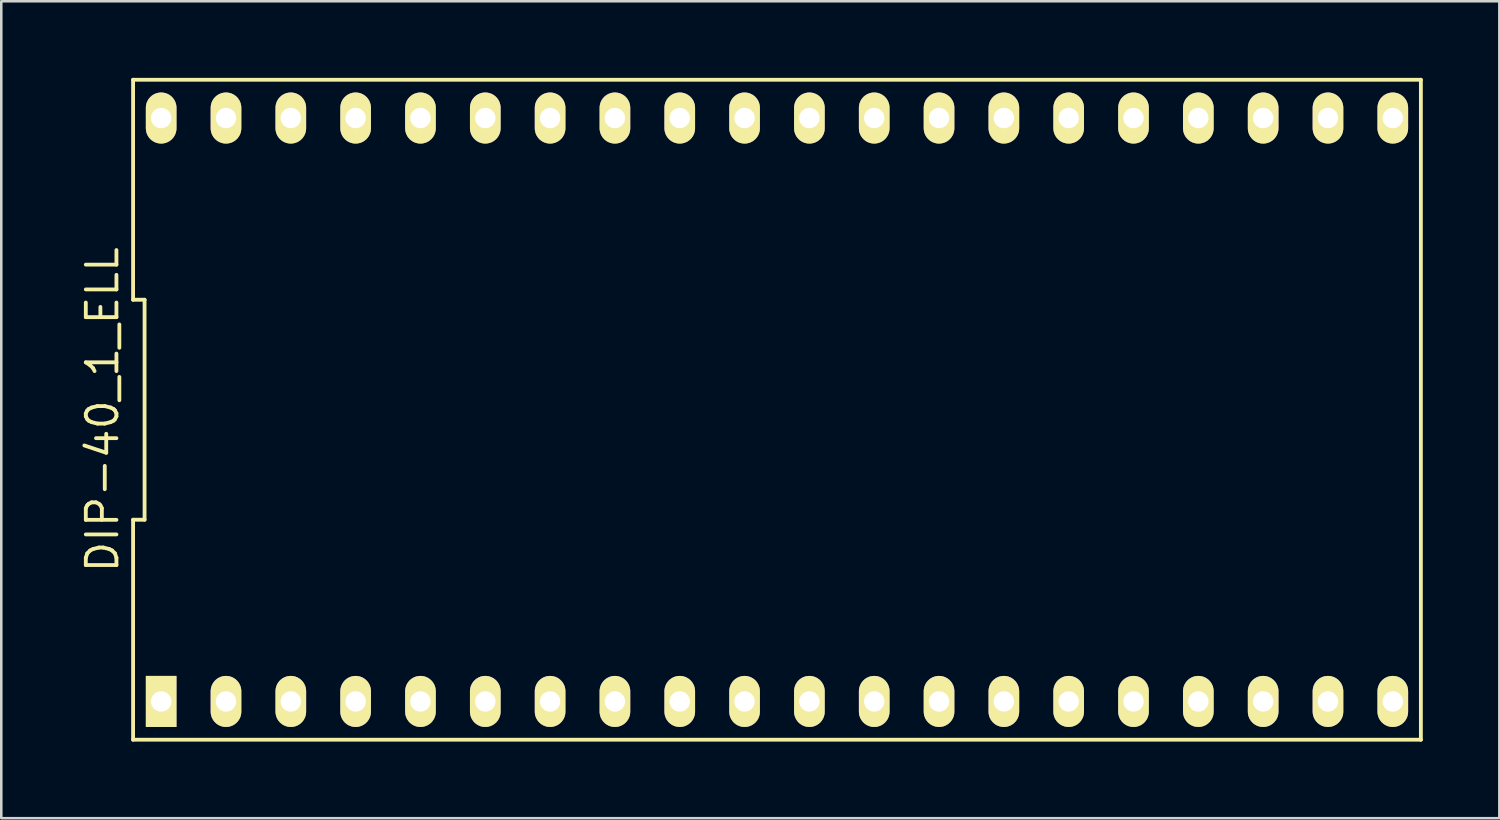
<source format=kicad_pcb>
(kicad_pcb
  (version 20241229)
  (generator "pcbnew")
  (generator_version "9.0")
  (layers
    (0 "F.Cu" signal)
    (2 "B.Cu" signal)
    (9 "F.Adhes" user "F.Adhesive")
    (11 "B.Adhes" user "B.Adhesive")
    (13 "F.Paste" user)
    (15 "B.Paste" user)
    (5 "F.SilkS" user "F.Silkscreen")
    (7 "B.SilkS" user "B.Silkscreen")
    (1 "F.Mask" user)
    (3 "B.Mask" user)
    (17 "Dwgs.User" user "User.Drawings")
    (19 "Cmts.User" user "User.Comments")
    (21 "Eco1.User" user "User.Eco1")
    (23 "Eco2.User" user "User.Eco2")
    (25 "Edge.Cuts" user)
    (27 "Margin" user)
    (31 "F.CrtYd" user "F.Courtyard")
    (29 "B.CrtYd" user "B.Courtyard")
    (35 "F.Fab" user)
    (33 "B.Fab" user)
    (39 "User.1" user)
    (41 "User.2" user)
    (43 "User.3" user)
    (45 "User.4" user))
  (footprint "DIP-40_1_ELL"
    (layer "F.Cu")
    (at 27.395 13.005)
    (property "Reference" "DIP-40_1_ELL" (at -26.43 0 90) (layer "F.SilkS") (effects (font (size 1.2 1.2) (thickness 0.15))))
    (attr through_hole)
    (fp_line (start -25.23 -12.93) (end -25.23 -4.31) (stroke (width 0.15) (type solid)) (layer "F.SilkS"))
    (fp_line (start -25.23 -4.31) (end -24.78 -4.31) (stroke (width 0.15) (type solid)) (layer "F.SilkS"))
    (fp_line (start -25.23 4.31) (end -25.23 12.93) (stroke (width 0.15) (type solid)) (layer "F.SilkS"))
    (fp_line (start -25.23 12.93) (end 25.23 12.93) (stroke (width 0.15) (type solid)) (layer "F.SilkS"))
    (fp_line (start -24.78 -4.31) (end -24.78 4.31) (stroke (width 0.15) (type solid)) (layer "F.SilkS"))
    (fp_line (start -24.78 4.31) (end -25.23 4.31) (stroke (width 0.15) (type solid)) (layer "F.SilkS"))
    (fp_line (start 25.23 -12.93) (end -25.23 -12.93) (stroke (width 0.15) (type solid)) (layer "F.SilkS"))
    (fp_line (start 25.23 12.93) (end 25.23 -12.93) (stroke (width 0.15) (type solid)) (layer "F.SilkS"))
    (pad "1" thru_hole rect (at -24.13 11.43) (size 1.2 2) (drill 0.8) (layers "*.Cu" "*.Mask" "F.SilkS"))
    (pad "2" thru_hole oval (at -21.59 11.43) (size 1.2 2) (drill 0.8) (layers "*.Cu" "*.Mask" "F.SilkS"))
    (pad "3" thru_hole oval (at -19.05 11.43) (size 1.2 2) (drill 0.8) (layers "*.Cu" "*.Mask" "F.SilkS"))
    (pad "4" thru_hole oval (at -16.51 11.43) (size 1.2 2) (drill 0.8) (layers "*.Cu" "*.Mask" "F.SilkS"))
    (pad "5" thru_hole oval (at -13.97 11.43) (size 1.2 2) (drill 0.8) (layers "*.Cu" "*.Mask" "F.SilkS"))
    (pad "6" thru_hole oval (at -11.43 11.43) (size 1.2 2) (drill 0.8) (layers "*.Cu" "*.Mask" "F.SilkS"))
    (pad "7" thru_hole oval (at -8.89 11.43) (size 1.2 2) (drill 0.8) (layers "*.Cu" "*.Mask" "F.SilkS"))
    (pad "8" thru_hole oval (at -6.35 11.43) (size 1.2 2) (drill 0.8) (layers "*.Cu" "*.Mask" "F.SilkS"))
    (pad "9" thru_hole oval (at -3.81 11.43) (size 1.2 2) (drill 0.8) (layers "*.Cu" "*.Mask" "F.SilkS"))
    (pad "10" thru_hole oval (at -1.27 11.43) (size 1.2 2) (drill 0.8) (layers "*.Cu" "*.Mask" "F.SilkS"))
    (pad "11" thru_hole oval (at 1.27 11.43) (size 1.2 2) (drill 0.8) (layers "*.Cu" "*.Mask" "F.SilkS"))
    (pad "12" thru_hole oval (at 3.81 11.43) (size 1.2 2) (drill 0.8) (layers "*.Cu" "*.Mask" "F.SilkS"))
    (pad "13" thru_hole oval (at 6.35 11.43) (size 1.2 2) (drill 0.8) (layers "*.Cu" "*.Mask" "F.SilkS"))
    (pad "14" thru_hole oval (at 8.89 11.43) (size 1.2 2) (drill 0.8) (layers "*.Cu" "*.Mask" "F.SilkS"))
    (pad "15" thru_hole oval (at 11.43 11.43) (size 1.2 2) (drill 0.8) (layers "*.Cu" "*.Mask" "F.SilkS"))
    (pad "16" thru_hole oval (at 13.97 11.43) (size 1.2 2) (drill 0.8) (layers "*.Cu" "*.Mask" "F.SilkS"))
    (pad "17" thru_hole oval (at 16.51 11.43) (size 1.2 2) (drill 0.8) (layers "*.Cu" "*.Mask" "F.SilkS"))
    (pad "18" thru_hole oval (at 19.05 11.43) (size 1.2 2) (drill 0.8) (layers "*.Cu" "*.Mask" "F.SilkS"))
    (pad "19" thru_hole oval (at 21.59 11.43) (size 1.2 2) (drill 0.8) (layers "*.Cu" "*.Mask" "F.SilkS"))
    (pad "20" thru_hole oval (at 24.13 11.43) (size 1.2 2) (drill 0.8) (layers "*.Cu" "*.Mask" "F.SilkS"))
    (pad "21" thru_hole oval (at 24.13 -11.43) (size 1.2 2) (drill 0.8) (layers "*.Cu" "*.Mask" "F.SilkS"))
    (pad "22" thru_hole oval (at 21.59 -11.43) (size 1.2 2) (drill 0.8) (layers "*.Cu" "*.Mask" "F.SilkS"))
    (pad "23" thru_hole oval (at 19.05 -11.43) (size 1.2 2) (drill 0.8) (layers "*.Cu" "*.Mask" "F.SilkS"))
    (pad "24" thru_hole oval (at 16.51 -11.43) (size 1.2 2) (drill 0.8) (layers "*.Cu" "*.Mask" "F.SilkS"))
    (pad "25" thru_hole oval (at 13.97 -11.43) (size 1.2 2) (drill 0.8) (layers "*.Cu" "*.Mask" "F.SilkS"))
    (pad "26" thru_hole oval (at 11.43 -11.43) (size 1.2 2) (drill 0.8) (layers "*.Cu" "*.Mask" "F.SilkS"))
    (pad "27" thru_hole oval (at 8.89 -11.43) (size 1.2 2) (drill 0.8) (layers "*.Cu" "*.Mask" "F.SilkS"))
    (pad "28" thru_hole oval (at 6.35 -11.43) (size 1.2 2) (drill 0.8) (layers "*.Cu" "*.Mask" "F.SilkS"))
    (pad "29" thru_hole oval (at 3.81 -11.43) (size 1.2 2) (drill 0.8) (layers "*.Cu" "*.Mask" "F.SilkS"))
    (pad "30" thru_hole oval (at 1.27 -11.43) (size 1.2 2) (drill 0.8) (layers "*.Cu" "*.Mask" "F.SilkS"))
    (pad "31" thru_hole oval (at -1.27 -11.43) (size 1.2 2) (drill 0.8) (layers "*.Cu" "*.Mask" "F.SilkS"))
    (pad "32" thru_hole oval (at -3.81 -11.43) (size 1.2 2) (drill 0.8) (layers "*.Cu" "*.Mask" "F.SilkS"))
    (pad "33" thru_hole oval (at -6.35 -11.43) (size 1.2 2) (drill 0.8) (layers "*.Cu" "*.Mask" "F.SilkS"))
    (pad "34" thru_hole oval (at -8.89 -11.43) (size 1.2 2) (drill 0.8) (layers "*.Cu" "*.Mask" "F.SilkS"))
    (pad "35" thru_hole oval (at -11.43 -11.43) (size 1.2 2) (drill 0.8) (layers "*.Cu" "*.Mask" "F.SilkS"))
    (pad "36" thru_hole oval (at -13.97 -11.43) (size 1.2 2) (drill 0.8) (layers "*.Cu" "*.Mask" "F.SilkS"))
    (pad "37" thru_hole oval (at -16.51 -11.43) (size 1.2 2) (drill 0.8) (layers "*.Cu" "*.Mask" "F.SilkS"))
    (pad "38" thru_hole oval (at -19.05 -11.43) (size 1.2 2) (drill 0.8) (layers "*.Cu" "*.Mask" "F.SilkS"))
    (pad "39" thru_hole oval (at -21.59 -11.43) (size 1.2 2) (drill 0.8) (layers "*.Cu" "*.Mask" "F.SilkS"))
    (pad "40" thru_hole oval (at -24.13 -11.43) (size 1.2 2) (drill 0.8) (layers "*.Cu" "*.Mask" "F.SilkS")))
  (gr_rect
    (start -3 -3)
    (end 55.7 29.01)
    (stroke (width 0.1) (type default))
    (fill no)
    (layer "Edge.Cuts")))
</source>
